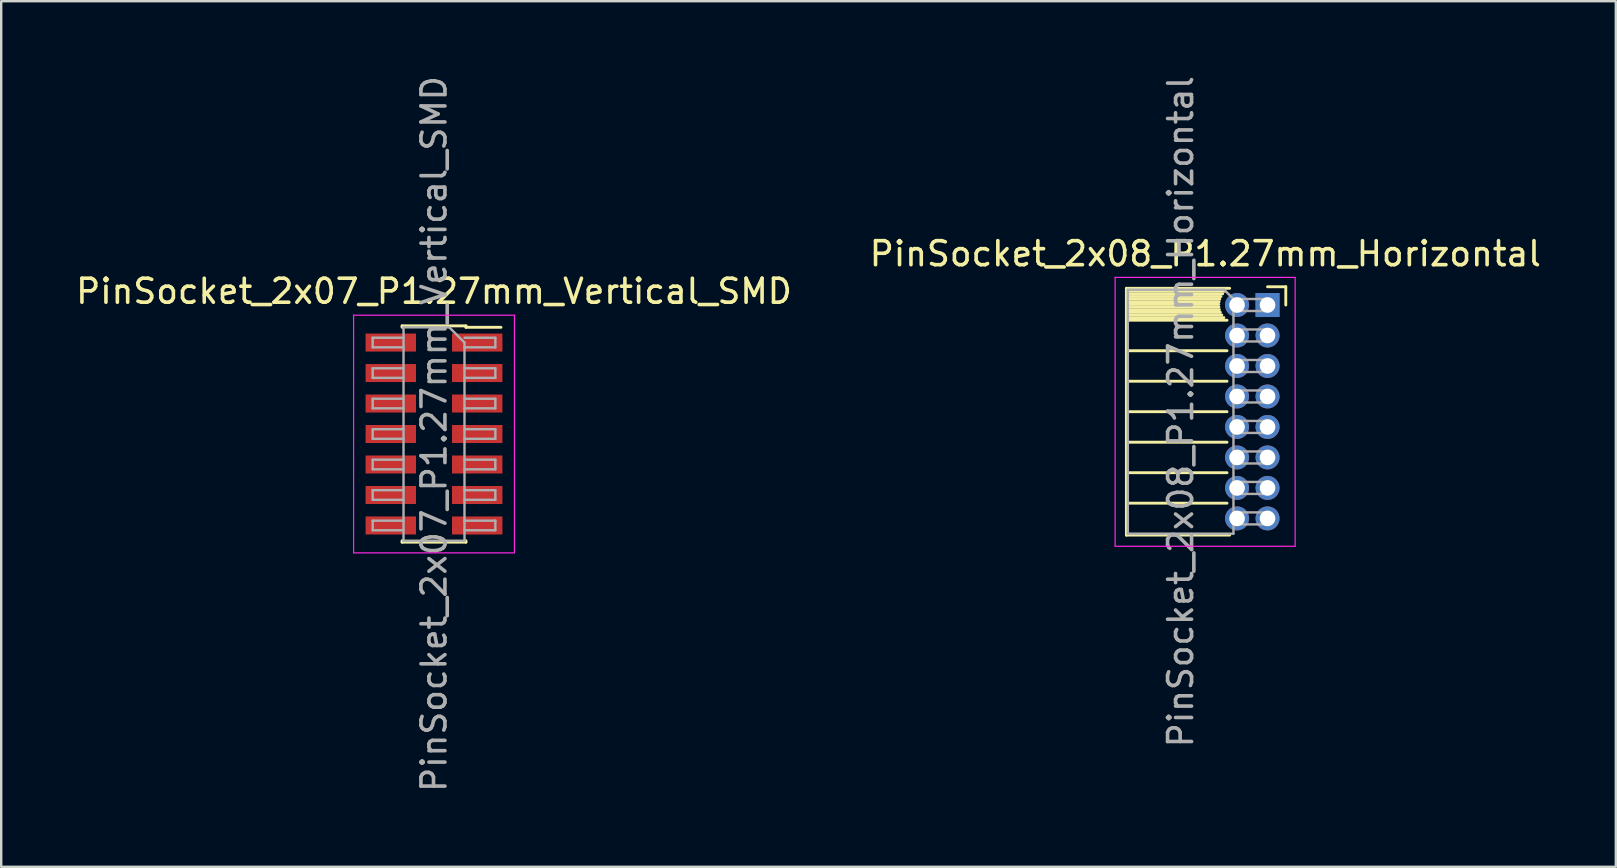
<source format=kicad_pcb>
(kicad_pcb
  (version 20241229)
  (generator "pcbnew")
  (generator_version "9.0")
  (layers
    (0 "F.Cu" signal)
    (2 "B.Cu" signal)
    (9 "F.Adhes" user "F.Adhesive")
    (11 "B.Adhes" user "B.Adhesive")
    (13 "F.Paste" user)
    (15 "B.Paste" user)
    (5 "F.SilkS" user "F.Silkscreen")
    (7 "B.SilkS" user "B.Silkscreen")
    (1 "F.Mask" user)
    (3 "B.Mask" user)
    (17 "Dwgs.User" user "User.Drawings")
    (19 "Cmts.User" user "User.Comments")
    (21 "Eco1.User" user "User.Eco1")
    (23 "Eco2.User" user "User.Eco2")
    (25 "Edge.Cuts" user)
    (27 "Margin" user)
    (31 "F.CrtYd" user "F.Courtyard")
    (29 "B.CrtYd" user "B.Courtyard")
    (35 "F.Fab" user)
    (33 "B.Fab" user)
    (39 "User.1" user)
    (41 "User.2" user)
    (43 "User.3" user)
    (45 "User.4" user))
  (footprint "PinSocket_2x08_P1.27mm_Horizontal"
    (layer "F.Cu")
    (at 49.753 9.656)
    (property "Reference" "PinSocket_2x08_P1.27mm_Horizontal" (at -2.592 -2.135 0) (layer "F.SilkS") (effects (font (size 1 1) (thickness 0.15))))
    (attr through_hole)
    (fp_line (start -5.88 -0.695) (end -5.88 9.585) (stroke (width 0.12) (type solid)) (layer "F.SilkS"))
    (fp_line (start -5.88 -0.695) (end -1.578 -0.695) (stroke (width 0.12) (type solid)) (layer "F.SilkS"))
    (fp_line (start -5.88 -0.575) (end -1.767 -0.575) (stroke (width 0.12) (type solid)) (layer "F.SilkS"))
    (fp_line (start -5.88 -0.465) (end -1.871 -0.465) (stroke (width 0.12) (type solid)) (layer "F.SilkS"))
    (fp_line (start -5.88 -0.355) (end -1.942 -0.355) (stroke (width 0.12) (type solid)) (layer "F.SilkS"))
    (fp_line (start -5.88 -0.245) (end -1.989 -0.245) (stroke (width 0.12) (type solid)) (layer "F.SilkS"))
    (fp_line (start -5.88 -0.135) (end -2.018 -0.135) (stroke (width 0.12) (type solid)) (layer "F.SilkS"))
    (fp_line (start -5.88 -0.025) (end -2.03 -0.025) (stroke (width 0.12) (type solid)) (layer "F.SilkS"))
    (fp_line (start -5.88 0.085) (end -2.025 0.085) (stroke (width 0.12) (type solid)) (layer "F.SilkS"))
    (fp_line (start -5.88 0.195) (end -2.005 0.195) (stroke (width 0.12) (type solid)) (layer "F.SilkS"))
    (fp_line (start -5.88 0.305) (end -1.966 0.305) (stroke (width 0.12) (type solid)) (layer "F.SilkS"))
    (fp_line (start -5.88 0.415) (end -1.907 0.415) (stroke (width 0.12) (type solid)) (layer "F.SilkS"))
    (fp_line (start -5.88 0.525) (end -1.82 0.525) (stroke (width 0.12) (type solid)) (layer "F.SilkS"))
    (fp_line (start -5.88 0.635) (end -1.688 0.635) (stroke (width 0.12) (type solid)) (layer "F.SilkS"))
    (fp_line (start -5.88 1.905) (end -1.688 1.905) (stroke (width 0.12) (type solid)) (layer "F.SilkS"))
    (fp_line (start -5.88 3.175) (end -1.688 3.175) (stroke (width 0.12) (type solid)) (layer "F.SilkS"))
    (fp_line (start -5.88 4.445) (end -1.688 4.445) (stroke (width 0.12) (type solid)) (layer "F.SilkS"))
    (fp_line (start -5.88 5.715) (end -1.688 5.715) (stroke (width 0.12) (type solid)) (layer "F.SilkS"))
    (fp_line (start -5.88 6.985) (end -1.688 6.985) (stroke (width 0.12) (type solid)) (layer "F.SilkS"))
    (fp_line (start -5.88 8.255) (end -1.688 8.255) (stroke (width 0.12) (type solid)) (layer "F.SilkS"))
    (fp_line (start -5.88 9.585) (end -1.578 9.585) (stroke (width 0.12) (type solid)) (layer "F.SilkS"))
    (fp_line (start 0 -0.76) (end 0.76 -0.76) (stroke (width 0.12) (type solid)) (layer "F.SilkS"))
    (fp_line (start 0.76 -0.76) (end 0.76 0) (stroke (width 0.12) (type solid)) (layer "F.SilkS"))
    (fp_line (start -6.35 -1.15) (end -6.35 10.05) (stroke (width 0.05) (type solid)) (layer "F.CrtYd"))
    (fp_line (start -6.35 10.05) (end 1.15 10.05) (stroke (width 0.05) (type solid)) (layer "F.CrtYd"))
    (fp_line (start 1.15 -1.15) (end -6.35 -1.15) (stroke (width 0.05) (type solid)) (layer "F.CrtYd"))
    (fp_line (start 1.15 10.05) (end 1.15 -1.15) (stroke (width 0.05) (type solid)) (layer "F.CrtYd"))
    (fp_line (start -5.82 -0.635) (end -1.805 -0.635) (stroke (width 0.1) (type solid)) (layer "F.Fab"))
    (fp_line (start -5.82 9.525) (end -5.82 -0.635) (stroke (width 0.1) (type solid)) (layer "F.Fab"))
    (fp_line (start -1.805 -0.635) (end -1.42 -0.25) (stroke (width 0.1) (type solid)) (layer "F.Fab"))
    (fp_line (start -1.42 -0.25) (end -1.42 9.525) (stroke (width 0.1) (type solid)) (layer "F.Fab"))
    (fp_line (start -1.42 0.25) (end 0 0.25) (stroke (width 0.1) (type solid)) (layer "F.Fab"))
    (fp_line (start -1.42 1.52) (end 0 1.52) (stroke (width 0.1) (type solid)) (layer "F.Fab"))
    (fp_line (start -1.42 2.79) (end 0 2.79) (stroke (width 0.1) (type solid)) (layer "F.Fab"))
    (fp_line (start -1.42 4.06) (end 0 4.06) (stroke (width 0.1) (type solid)) (layer "F.Fab"))
    (fp_line (start -1.42 5.33) (end 0 5.33) (stroke (width 0.1) (type solid)) (layer "F.Fab"))
    (fp_line (start -1.42 6.6) (end 0 6.6) (stroke (width 0.1) (type solid)) (layer "F.Fab"))
    (fp_line (start -1.42 7.87) (end 0 7.87) (stroke (width 0.1) (type solid)) (layer "F.Fab"))
    (fp_line (start -1.42 9.14) (end 0 9.14) (stroke (width 0.1) (type solid)) (layer "F.Fab"))
    (fp_line (start -1.42 9.525) (end -5.82 9.525) (stroke (width 0.1) (type solid)) (layer "F.Fab"))
    (fp_line (start 0 -0.25) (end -1.42 -0.25) (stroke (width 0.1) (type solid)) (layer "F.Fab"))
    (fp_line (start 0 0.25) (end 0 -0.25) (stroke (width 0.1) (type solid)) (layer "F.Fab"))
    (fp_line (start 0 1.02) (end -1.42 1.02) (stroke (width 0.1) (type solid)) (layer "F.Fab"))
    (fp_line (start 0 1.52) (end 0 1.02) (stroke (width 0.1) (type solid)) (layer "F.Fab"))
    (fp_line (start 0 2.29) (end -1.42 2.29) (stroke (width 0.1) (type solid)) (layer "F.Fab"))
    (fp_line (start 0 2.79) (end 0 2.29) (stroke (width 0.1) (type solid)) (layer "F.Fab"))
    (fp_line (start 0 3.56) (end -1.42 3.56) (stroke (width 0.1) (type solid)) (layer "F.Fab"))
    (fp_line (start 0 4.06) (end 0 3.56) (stroke (width 0.1) (type solid)) (layer "F.Fab"))
    (fp_line (start 0 4.83) (end -1.42 4.83) (stroke (width 0.1) (type solid)) (layer "F.Fab"))
    (fp_line (start 0 5.33) (end 0 4.83) (stroke (width 0.1) (type solid)) (layer "F.Fab"))
    (fp_line (start 0 6.1) (end -1.42 6.1) (stroke (width 0.1) (type solid)) (layer "F.Fab"))
    (fp_line (start 0 6.6) (end 0 6.1) (stroke (width 0.1) (type solid)) (layer "F.Fab"))
    (fp_line (start 0 7.37) (end -1.42 7.37) (stroke (width 0.1) (type solid)) (layer "F.Fab"))
    (fp_line (start 0 7.87) (end 0 7.37) (stroke (width 0.1) (type solid)) (layer "F.Fab"))
    (fp_line (start 0 8.64) (end -1.42 8.64) (stroke (width 0.1) (type solid)) (layer "F.Fab"))
    (fp_line (start 0 9.14) (end 0 8.64) (stroke (width 0.1) (type solid)) (layer "F.Fab"))
    (fp_text user "${REFERENCE}" (at -3.62 4.445 90) (layer "F.Fab") (effects (font (size 1 1) (thickness 0.15))))
    (pad "1" thru_hole rect (at 0 0) (size 1 1) (drill 0.65) (layers "*.Cu" "*.Mask"))
    (pad "2" thru_hole circle (at -1.27 0) (size 1 1) (drill 0.65) (layers "*.Cu" "*.Mask"))
    (pad "3" thru_hole circle (at 0 1.27) (size 1 1) (drill 0.65) (layers "*.Cu" "*.Mask"))
    (pad "4" thru_hole circle (at -1.27 1.27) (size 1 1) (drill 0.65) (layers "*.Cu" "*.Mask"))
    (pad "5" thru_hole circle (at 0 2.54) (size 1 1) (drill 0.65) (layers "*.Cu" "*.Mask"))
    (pad "6" thru_hole circle (at -1.27 2.54) (size 1 1) (drill 0.65) (layers "*.Cu" "*.Mask"))
    (pad "7" thru_hole circle (at 0 3.81) (size 1 1) (drill 0.65) (layers "*.Cu" "*.Mask"))
    (pad "8" thru_hole circle (at -1.27 3.81) (size 1 1) (drill 0.65) (layers "*.Cu" "*.Mask"))
    (pad "9" thru_hole circle (at 0 5.08) (size 1 1) (drill 0.65) (layers "*.Cu" "*.Mask"))
    (pad "10" thru_hole circle (at -1.27 5.08) (size 1 1) (drill 0.65) (layers "*.Cu" "*.Mask"))
    (pad "11" thru_hole circle (at 0 6.35) (size 1 1) (drill 0.65) (layers "*.Cu" "*.Mask"))
    (pad "12" thru_hole circle (at -1.27 6.35) (size 1 1) (drill 0.65) (layers "*.Cu" "*.Mask"))
    (pad "13" thru_hole circle (at 0 7.62) (size 1 1) (drill 0.65) (layers "*.Cu" "*.Mask"))
    (pad "14" thru_hole circle (at -1.27 7.62) (size 1 1) (drill 0.65) (layers "*.Cu" "*.Mask"))
    (pad "15" thru_hole circle (at 0 8.89) (size 1 1) (drill 0.65) (layers "*.Cu" "*.Mask"))
    (pad "16" thru_hole circle (at -1.27 8.89) (size 1 1) (drill 0.65) (layers "*.Cu" "*.Mask")))
  (footprint "PinSocket_2x07_P1.27mm_Vertical_SMD"
    (layer "F.Cu")
    (at 15.03 15.03)
    (property "Reference" "PinSocket_2x07_P1.27mm_Vertical_SMD" (at 0 -5.945 0) (layer "F.SilkS") (effects (font (size 1 1) (thickness 0.15))))
    (attr smd)
    (fp_line (start -1.33 -4.505) (end -1.33 -4.445) (stroke (width 0.12) (type solid)) (layer "F.SilkS"))
    (fp_line (start -1.33 -4.505) (end 1.33 -4.505) (stroke (width 0.12) (type solid)) (layer "F.SilkS"))
    (fp_line (start -1.33 4.445) (end -1.33 4.505) (stroke (width 0.12) (type solid)) (layer "F.SilkS"))
    (fp_line (start -1.33 4.505) (end 1.33 4.505) (stroke (width 0.12) (type solid)) (layer "F.SilkS"))
    (fp_line (start 1.33 -4.505) (end 1.33 -4.445) (stroke (width 0.12) (type solid)) (layer "F.SilkS"))
    (fp_line (start 1.33 -4.445) (end 2.79 -4.445) (stroke (width 0.12) (type solid)) (layer "F.SilkS"))
    (fp_line (start 1.33 4.445) (end 1.33 4.505) (stroke (width 0.12) (type solid)) (layer "F.SilkS"))
    (fp_line (start -3.35 -4.95) (end 3.35 -4.95) (stroke (width 0.05) (type solid)) (layer "F.CrtYd"))
    (fp_line (start -3.35 4.95) (end -3.35 -4.95) (stroke (width 0.05) (type solid)) (layer "F.CrtYd"))
    (fp_line (start 3.35 -4.95) (end 3.35 4.95) (stroke (width 0.05) (type solid)) (layer "F.CrtYd"))
    (fp_line (start 3.35 4.95) (end -3.35 4.95) (stroke (width 0.05) (type solid)) (layer "F.CrtYd"))
    (fp_line (start -2.555 -4.01) (end -1.27 -4.01) (stroke (width 0.1) (type solid)) (layer "F.Fab"))
    (fp_line (start -2.555 -3.61) (end -2.555 -4.01) (stroke (width 0.1) (type solid)) (layer "F.Fab"))
    (fp_line (start -2.555 -2.74) (end -1.27 -2.74) (stroke (width 0.1) (type solid)) (layer "F.Fab"))
    (fp_line (start -2.555 -2.34) (end -2.555 -2.74) (stroke (width 0.1) (type solid)) (layer "F.Fab"))
    (fp_line (start -2.555 -1.47) (end -1.27 -1.47) (stroke (width 0.1) (type solid)) (layer "F.Fab"))
    (fp_line (start -2.555 -1.07) (end -2.555 -1.47) (stroke (width 0.1) (type solid)) (layer "F.Fab"))
    (fp_line (start -2.555 -0.2) (end -1.27 -0.2) (stroke (width 0.1) (type solid)) (layer "F.Fab"))
    (fp_line (start -2.555 0.2) (end -2.555 -0.2) (stroke (width 0.1) (type solid)) (layer "F.Fab"))
    (fp_line (start -2.555 1.07) (end -1.27 1.07) (stroke (width 0.1) (type solid)) (layer "F.Fab"))
    (fp_line (start -2.555 1.47) (end -2.555 1.07) (stroke (width 0.1) (type solid)) (layer "F.Fab"))
    (fp_line (start -2.555 2.34) (end -1.27 2.34) (stroke (width 0.1) (type solid)) (layer "F.Fab"))
    (fp_line (start -2.555 2.74) (end -2.555 2.34) (stroke (width 0.1) (type solid)) (layer "F.Fab"))
    (fp_line (start -2.555 3.61) (end -1.27 3.61) (stroke (width 0.1) (type solid)) (layer "F.Fab"))
    (fp_line (start -2.555 4.01) (end -2.555 3.61) (stroke (width 0.1) (type solid)) (layer "F.Fab"))
    (fp_line (start -1.27 -4.445) (end 0.635 -4.445) (stroke (width 0.1) (type solid)) (layer "F.Fab"))
    (fp_line (start -1.27 -3.61) (end -2.555 -3.61) (stroke (width 0.1) (type solid)) (layer "F.Fab"))
    (fp_line (start -1.27 -2.34) (end -2.555 -2.34) (stroke (width 0.1) (type solid)) (layer "F.Fab"))
    (fp_line (start -1.27 -1.07) (end -2.555 -1.07) (stroke (width 0.1) (type solid)) (layer "F.Fab"))
    (fp_line (start -1.27 0.2) (end -2.555 0.2) (stroke (width 0.1) (type solid)) (layer "F.Fab"))
    (fp_line (start -1.27 1.47) (end -2.555 1.47) (stroke (width 0.1) (type solid)) (layer "F.Fab"))
    (fp_line (start -1.27 2.74) (end -2.555 2.74) (stroke (width 0.1) (type solid)) (layer "F.Fab"))
    (fp_line (start -1.27 4.01) (end -2.555 4.01) (stroke (width 0.1) (type solid)) (layer "F.Fab"))
    (fp_line (start -1.27 4.445) (end -1.27 -4.445) (stroke (width 0.1) (type solid)) (layer "F.Fab"))
    (fp_line (start 0.635 -4.445) (end 1.27 -3.81) (stroke (width 0.1) (type solid)) (layer "F.Fab"))
    (fp_line (start 1.27 -4.01) (end 2.555 -4.01) (stroke (width 0.1) (type solid)) (layer "F.Fab"))
    (fp_line (start 1.27 -3.81) (end 1.27 4.445) (stroke (width 0.1) (type solid)) (layer "F.Fab"))
    (fp_line (start 1.27 -2.74) (end 2.555 -2.74) (stroke (width 0.1) (type solid)) (layer "F.Fab"))
    (fp_line (start 1.27 -1.47) (end 2.555 -1.47) (stroke (width 0.1) (type solid)) (layer "F.Fab"))
    (fp_line (start 1.27 -0.2) (end 2.555 -0.2) (stroke (width 0.1) (type solid)) (layer "F.Fab"))
    (fp_line (start 1.27 1.07) (end 2.555 1.07) (stroke (width 0.1) (type solid)) (layer "F.Fab"))
    (fp_line (start 1.27 2.34) (end 2.555 2.34) (stroke (width 0.1) (type solid)) (layer "F.Fab"))
    (fp_line (start 1.27 3.61) (end 2.555 3.61) (stroke (width 0.1) (type solid)) (layer "F.Fab"))
    (fp_line (start 1.27 4.445) (end -1.27 4.445) (stroke (width 0.1) (type solid)) (layer "F.Fab"))
    (fp_line (start 2.555 -4.01) (end 2.555 -3.61) (stroke (width 0.1) (type solid)) (layer "F.Fab"))
    (fp_line (start 2.555 -3.61) (end 1.27 -3.61) (stroke (width 0.1) (type solid)) (layer "F.Fab"))
    (fp_line (start 2.555 -2.74) (end 2.555 -2.34) (stroke (width 0.1) (type solid)) (layer "F.Fab"))
    (fp_line (start 2.555 -2.34) (end 1.27 -2.34) (stroke (width 0.1) (type solid)) (layer "F.Fab"))
    (fp_line (start 2.555 -1.47) (end 2.555 -1.07) (stroke (width 0.1) (type solid)) (layer "F.Fab"))
    (fp_line (start 2.555 -1.07) (end 1.27 -1.07) (stroke (width 0.1) (type solid)) (layer "F.Fab"))
    (fp_line (start 2.555 -0.2) (end 2.555 0.2) (stroke (width 0.1) (type solid)) (layer "F.Fab"))
    (fp_line (start 2.555 0.2) (end 1.27 0.2) (stroke (width 0.1) (type solid)) (layer "F.Fab"))
    (fp_line (start 2.555 1.07) (end 2.555 1.47) (stroke (width 0.1) (type solid)) (layer "F.Fab"))
    (fp_line (start 2.555 1.47) (end 1.27 1.47) (stroke (width 0.1) (type solid)) (layer "F.Fab"))
    (fp_line (start 2.555 2.34) (end 2.555 2.74) (stroke (width 0.1) (type solid)) (layer "F.Fab"))
    (fp_line (start 2.555 2.74) (end 1.27 2.74) (stroke (width 0.1) (type solid)) (layer "F.Fab"))
    (fp_line (start 2.555 3.61) (end 2.555 4.01) (stroke (width 0.1) (type solid)) (layer "F.Fab"))
    (fp_line (start 2.555 4.01) (end 1.27 4.01) (stroke (width 0.1) (type solid)) (layer "F.Fab"))
    (fp_text user "${REFERENCE}" (at 0 0 90) (layer "F.Fab") (effects (font (size 1 1) (thickness 0.15))))
    (pad "1" smd rect (at 1.8 -3.81) (size 2.1 0.75) (layers "F.Cu" "F.Mask" "F.Paste"))
    (pad "2" smd rect (at -1.8 -3.81) (size 2.1 0.75) (layers "F.Cu" "F.Mask" "F.Paste"))
    (pad "3" smd rect (at 1.8 -2.54) (size 2.1 0.75) (layers "F.Cu" "F.Mask" "F.Paste"))
    (pad "4" smd rect (at -1.8 -2.54) (size 2.1 0.75) (layers "F.Cu" "F.Mask" "F.Paste"))
    (pad "5" smd rect (at 1.8 -1.27) (size 2.1 0.75) (layers "F.Cu" "F.Mask" "F.Paste"))
    (pad "6" smd rect (at -1.8 -1.27) (size 2.1 0.75) (layers "F.Cu" "F.Mask" "F.Paste"))
    (pad "7" smd rect (at 1.8 0) (size 2.1 0.75) (layers "F.Cu" "F.Mask" "F.Paste"))
    (pad "8" smd rect (at -1.8 0) (size 2.1 0.75) (layers "F.Cu" "F.Mask" "F.Paste"))
    (pad "9" smd rect (at 1.8 1.27) (size 2.1 0.75) (layers "F.Cu" "F.Mask" "F.Paste"))
    (pad "10" smd rect (at -1.8 1.27) (size 2.1 0.75) (layers "F.Cu" "F.Mask" "F.Paste"))
    (pad "11" smd rect (at 1.8 2.54) (size 2.1 0.75) (layers "F.Cu" "F.Mask" "F.Paste"))
    (pad "12" smd rect (at -1.8 2.54) (size 2.1 0.75) (layers "F.Cu" "F.Mask" "F.Paste"))
    (pad "13" smd rect (at 1.8 3.81) (size 2.1 0.75) (layers "F.Cu" "F.Mask" "F.Paste"))
    (pad "14" smd rect (at -1.8 3.81) (size 2.1 0.75) (layers "F.Cu" "F.Mask" "F.Paste")))
  (gr_rect
    (start -3 -3)
    (end 64.262 33.06)
    (stroke (width 0.1) (type default))
    (fill no)
    (layer "Edge.Cuts")))
</source>
